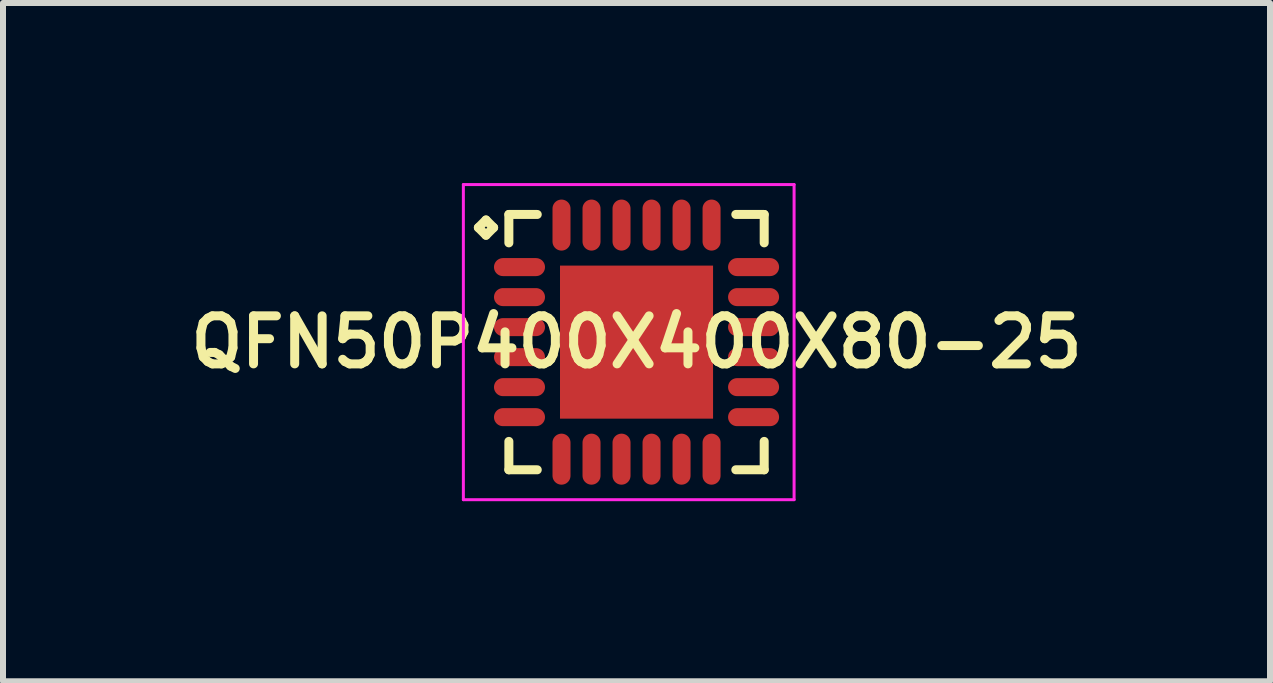
<source format=kicad_pcb>
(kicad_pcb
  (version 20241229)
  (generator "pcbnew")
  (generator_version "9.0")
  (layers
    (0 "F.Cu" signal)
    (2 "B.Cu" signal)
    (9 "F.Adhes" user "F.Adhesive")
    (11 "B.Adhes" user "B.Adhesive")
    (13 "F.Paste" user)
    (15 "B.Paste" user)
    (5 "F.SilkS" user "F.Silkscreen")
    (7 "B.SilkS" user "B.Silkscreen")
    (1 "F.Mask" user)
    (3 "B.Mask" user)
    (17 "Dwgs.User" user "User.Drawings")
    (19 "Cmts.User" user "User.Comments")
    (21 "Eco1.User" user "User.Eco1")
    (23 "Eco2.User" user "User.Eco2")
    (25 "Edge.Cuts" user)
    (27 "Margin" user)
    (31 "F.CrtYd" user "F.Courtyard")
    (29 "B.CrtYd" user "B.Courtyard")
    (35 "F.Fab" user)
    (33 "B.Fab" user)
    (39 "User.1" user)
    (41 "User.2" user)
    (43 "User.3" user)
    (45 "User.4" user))
  (footprint "QFN50P400X400X80-25"
    (layer "F.Cu")
    (at 7.555 2.65)
    (property "Reference" "QFN50P400X400X80-25" (at 0 0 0) (layer "F.SilkS") (effects (font (size 0.8 0.8) (thickness 0.15))))
    (attr smd)
    (fp_line (start -2.635 -1.908) (end -2.508 -2.035) (stroke (width 0.15) (type solid)) (layer "F.SilkS"))
    (fp_line (start -2.508 -2.035) (end -2.381 -1.908) (stroke (width 0.15) (type solid)) (layer "F.SilkS"))
    (fp_line (start -2.508 -1.781) (end -2.635 -1.908) (stroke (width 0.15) (type solid)) (layer "F.SilkS"))
    (fp_line (start -2.381 -1.908) (end -2.508 -1.781) (stroke (width 0.15) (type solid)) (layer "F.SilkS"))
    (fp_line (start -2.127 -2.127) (end -1.654 -2.127) (stroke (width 0.15) (type solid)) (layer "F.SilkS"))
    (fp_line (start -2.127 -1.654) (end -2.127 -2.127) (stroke (width 0.15) (type solid)) (layer "F.SilkS"))
    (fp_line (start -2.127 1.654) (end -2.127 2.127) (stroke (width 0.15) (type solid)) (layer "F.SilkS"))
    (fp_line (start -2.127 2.127) (end -1.654 2.127) (stroke (width 0.15) (type solid)) (layer "F.SilkS"))
    (fp_line (start 1.654 -2.127) (end 2.127 -2.127) (stroke (width 0.15) (type solid)) (layer "F.SilkS"))
    (fp_line (start 1.654 2.127) (end 2.127 2.127) (stroke (width 0.15) (type solid)) (layer "F.SilkS"))
    (fp_line (start 2.127 -2.127) (end 2.127 -1.654) (stroke (width 0.15) (type solid)) (layer "F.SilkS"))
    (fp_line (start 2.127 2.127) (end 2.127 1.654) (stroke (width 0.15) (type solid)) (layer "F.SilkS"))
    (fp_line (start -2.885 -2.625) (end 2.625 -2.625) (stroke (width 0.05) (type solid)) (layer "F.CrtYd"))
    (fp_line (start -2.885 2.625) (end -2.885 -2.625) (stroke (width 0.05) (type solid)) (layer "F.CrtYd"))
    (fp_line (start 2.625 -2.625) (end 2.625 2.625) (stroke (width 0.05) (type solid)) (layer "F.CrtYd"))
    (fp_line (start 2.625 2.625) (end -2.885 2.625) (stroke (width 0.05) (type solid)) (layer "F.CrtYd"))
    (pad "1" smd oval (at -1.95 -1.25) (size 0.85 0.3) (layers "F.Cu" "F.Mask" "F.Paste"))
    (pad "2" smd oval (at -1.95 -0.75) (size 0.85 0.3) (layers "F.Cu" "F.Mask" "F.Paste"))
    (pad "3" smd oval (at -1.95 -0.25) (size 0.85 0.3) (layers "F.Cu" "F.Mask" "F.Paste"))
    (pad "4" smd oval (at -1.95 0.25) (size 0.85 0.3) (layers "F.Cu" "F.Mask" "F.Paste"))
    (pad "5" smd oval (at -1.95 0.75) (size 0.85 0.3) (layers "F.Cu" "F.Mask" "F.Paste"))
    (pad "6" smd oval (at -1.95 1.25) (size 0.85 0.3) (layers "F.Cu" "F.Mask" "F.Paste"))
    (pad "7" smd oval (at -1.25 1.95) (size 0.3 0.85) (layers "F.Cu" "F.Mask" "F.Paste"))
    (pad "8" smd oval (at -0.75 1.95) (size 0.3 0.85) (layers "F.Cu" "F.Mask" "F.Paste"))
    (pad "9" smd oval (at -0.25 1.95) (size 0.3 0.85) (layers "F.Cu" "F.Mask" "F.Paste"))
    (pad "10" smd oval (at 0.25 1.95) (size 0.3 0.85) (layers "F.Cu" "F.Mask" "F.Paste"))
    (pad "11" smd oval (at 0.75 1.95) (size 0.3 0.85) (layers "F.Cu" "F.Mask" "F.Paste"))
    (pad "12" smd oval (at 1.25 1.95) (size 0.3 0.85) (layers "F.Cu" "F.Mask" "F.Paste"))
    (pad "13" smd oval (at 1.95 1.25) (size 0.85 0.3) (layers "F.Cu" "F.Mask" "F.Paste"))
    (pad "14" smd oval (at 1.95 0.75) (size 0.85 0.3) (layers "F.Cu" "F.Mask" "F.Paste"))
    (pad "15" smd oval (at 1.95 0.25) (size 0.85 0.3) (layers "F.Cu" "F.Mask" "F.Paste"))
    (pad "16" smd oval (at 1.95 -0.25) (size 0.85 0.3) (layers "F.Cu" "F.Mask" "F.Paste"))
    (pad "17" smd oval (at 1.95 -0.75) (size 0.85 0.3) (layers "F.Cu" "F.Mask" "F.Paste"))
    (pad "18" smd oval (at 1.95 -1.25) (size 0.85 0.3) (layers "F.Cu" "F.Mask" "F.Paste"))
    (pad "19" smd oval (at 1.25 -1.95) (size 0.3 0.85) (layers "F.Cu" "F.Mask" "F.Paste"))
    (pad "20" smd oval (at 0.75 -1.95) (size 0.3 0.85) (layers "F.Cu" "F.Mask" "F.Paste"))
    (pad "21" smd oval (at 0.25 -1.95) (size 0.3 0.85) (layers "F.Cu" "F.Mask" "F.Paste"))
    (pad "22" smd oval (at -0.25 -1.95) (size 0.3 0.85) (layers "F.Cu" "F.Mask" "F.Paste"))
    (pad "23" smd oval (at -0.75 -1.95) (size 0.3 0.85) (layers "F.Cu" "F.Mask" "F.Paste"))
    (pad "24" smd oval (at -1.25 -1.95) (size 0.3 0.85) (layers "F.Cu" "F.Mask" "F.Paste"))
    (pad "25" smd rect (at 0 0) (size 2.55 2.55) (layers "F.Cu" "F.Mask" "F.Paste")))
  (gr_rect
    (start -3 -3)
    (end 18.109 8.3)
    (stroke (width 0.1) (type default))
    (fill no)
    (layer "Edge.Cuts")))
</source>
